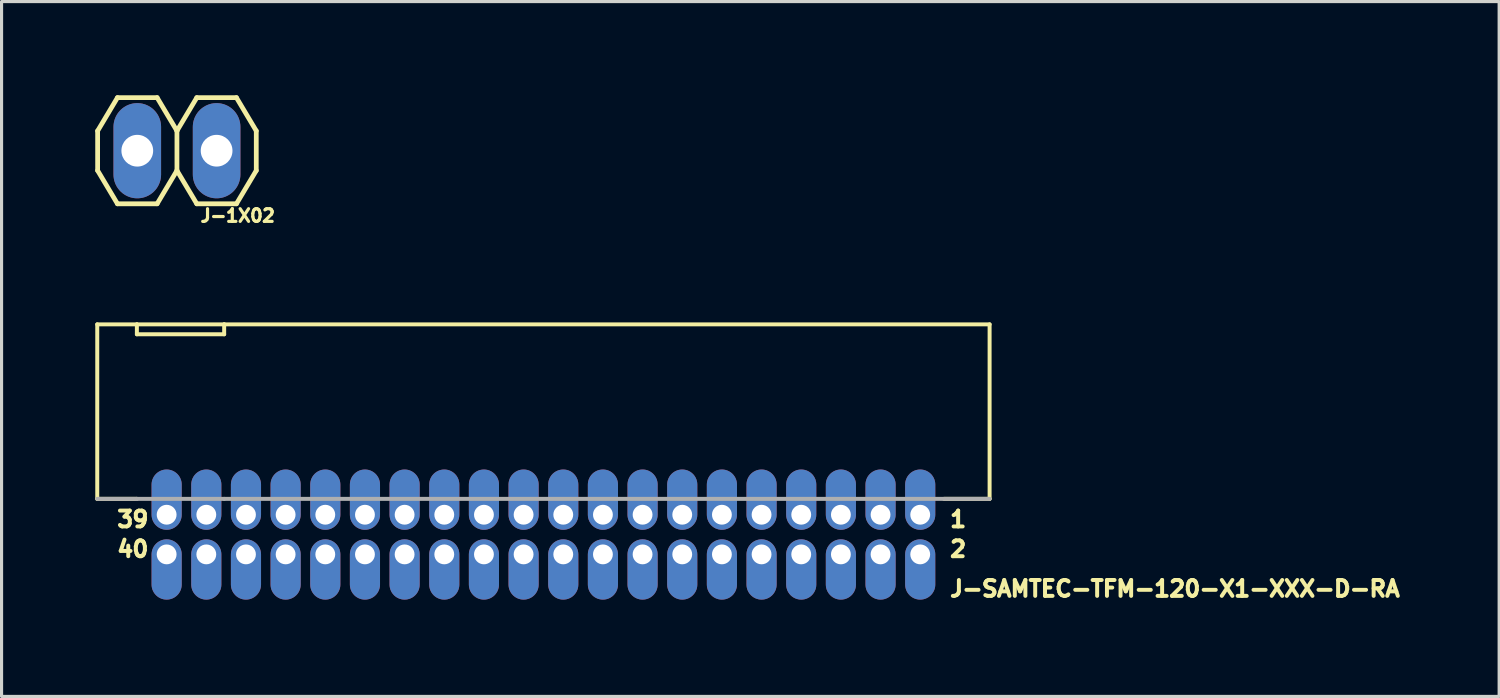
<source format=kicad_pcb>
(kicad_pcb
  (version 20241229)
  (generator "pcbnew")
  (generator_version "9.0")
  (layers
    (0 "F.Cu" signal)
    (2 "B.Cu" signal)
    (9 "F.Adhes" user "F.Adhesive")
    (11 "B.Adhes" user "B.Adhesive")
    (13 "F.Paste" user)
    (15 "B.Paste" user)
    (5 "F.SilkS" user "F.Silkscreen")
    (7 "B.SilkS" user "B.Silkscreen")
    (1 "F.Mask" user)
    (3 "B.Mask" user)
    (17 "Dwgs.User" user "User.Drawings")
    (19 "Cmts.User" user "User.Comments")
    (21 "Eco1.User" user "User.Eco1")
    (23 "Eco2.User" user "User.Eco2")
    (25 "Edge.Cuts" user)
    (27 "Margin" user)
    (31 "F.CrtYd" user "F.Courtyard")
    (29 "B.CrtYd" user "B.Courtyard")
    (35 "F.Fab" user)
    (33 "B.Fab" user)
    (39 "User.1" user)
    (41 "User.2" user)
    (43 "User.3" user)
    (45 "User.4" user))
  (footprint "J-SAMTEC-TFM-120-X1-XXX-D-RA"
    (layer "F.Cu")
    (at 14.351 14.067)
    (property "Reference" "J-SAMTEC-TFM-120-X1-XXX-D-RA" (at 12.954 2.032 0) (layer "F.SilkS") (effects (font (size 0.508 0.508) (thickness 0.127)) (justify left bottom)))
    (fp_line (start -14.287 -6.731) (end -13.018 -6.731) (stroke (width 0.127) (type solid)) (layer "F.SilkS"))
    (fp_line (start -14.287 -1.143) (end -14.287 -6.731) (stroke (width 0.127) (type solid)) (layer "F.SilkS"))
    (fp_line (start -14.287 -1.143) (end -13.018 -1.143) (stroke (width 0.127) (type solid)) (layer "F.SilkS"))
    (fp_line (start -13.018 -6.731) (end -13.018 -6.413) (stroke (width 0.127) (type solid)) (layer "F.SilkS"))
    (fp_line (start -13.018 -6.731) (end -10.223 -6.731) (stroke (width 0.127) (type solid)) (layer "F.SilkS"))
    (fp_line (start -13.018 -6.413) (end -10.223 -6.413) (stroke (width 0.127) (type solid)) (layer "F.SilkS"))
    (fp_line (start -10.223 -6.731) (end 14.287 -6.731) (stroke (width 0.127) (type solid)) (layer "F.SilkS"))
    (fp_line (start -10.223 -6.413) (end -10.223 -6.731) (stroke (width 0.127) (type solid)) (layer "F.SilkS"))
    (fp_line (start 12.827 -1.143) (end 14.287 -1.143) (stroke (width 0.127) (type solid)) (layer "F.SilkS"))
    (fp_line (start 14.287 -6.731) (end 14.287 -1.143) (stroke (width 0.127) (type solid)) (layer "F.SilkS"))
    (fp_line (start -14.287 -1.143) (end -13.018 -1.143) (stroke (width 0.127) (type solid)) (layer "F.Fab"))
    (fp_line (start -13.018 -1.143) (end -10.223 -1.143) (stroke (width 0.127) (type solid)) (layer "F.Fab"))
    (fp_line (start -10.223 -1.143) (end 14.287 -1.143) (stroke (width 0.127) (type solid)) (layer "F.Fab"))
    (fp_text user "2" (at 12.954 0.762 0) (layer "F.SilkS") (effects (font (size 0.508 0.508) (thickness 0.127)) (justify left bottom)))
    (fp_text user "39" (at -13.716 -0.191 0) (layer "F.SilkS") (effects (font (size 0.508 0.508) (thickness 0.127)) (justify left bottom)))
    (fp_text user "1" (at 12.954 -0.191 0) (layer "F.SilkS") (effects (font (size 0.508 0.508) (thickness 0.127)) (justify left bottom)))
    (fp_text user "40" (at -13.716 0.762 0) (layer "F.SilkS") (effects (font (size 0.508 0.508) (thickness 0.127)) (justify left bottom)))
    (pad "1" thru_hole oval (at 12.065 -0.635 90) (size 1.93 0.965) (drill 0.635 (offset 0.483 0)) (layers "*.Cu" "*.Mask"))
    (pad "2" thru_hole oval (at 12.065 0.635 270) (size 1.93 0.965) (drill 0.635 (offset 0.483 0)) (layers "*.Cu" "*.Mask"))
    (pad "3" thru_hole oval (at 10.795 -0.635 90) (size 1.93 0.965) (drill 0.635 (offset 0.483 0)) (layers "*.Cu" "*.Mask"))
    (pad "4" thru_hole oval (at 10.795 0.635 270) (size 1.93 0.965) (drill 0.635 (offset 0.483 0)) (layers "*.Cu" "*.Mask"))
    (pad "5" thru_hole oval (at 9.525 -0.635 90) (size 1.93 0.965) (drill 0.635 (offset 0.483 0)) (layers "*.Cu" "*.Mask"))
    (pad "6" thru_hole oval (at 9.525 0.635 270) (size 1.93 0.965) (drill 0.635 (offset 0.483 0)) (layers "*.Cu" "*.Mask"))
    (pad "7" thru_hole oval (at 8.255 -0.635 90) (size 1.93 0.965) (drill 0.635 (offset 0.483 0)) (layers "*.Cu" "*.Mask"))
    (pad "8" thru_hole oval (at 8.255 0.635 270) (size 1.93 0.965) (drill 0.635 (offset 0.483 0)) (layers "*.Cu" "*.Mask"))
    (pad "9" thru_hole oval (at 6.985 -0.635 90) (size 1.93 0.965) (drill 0.635 (offset 0.483 0)) (layers "*.Cu" "*.Mask"))
    (pad "10" thru_hole oval (at 6.985 0.635 270) (size 1.93 0.965) (drill 0.635 (offset 0.483 0)) (layers "*.Cu" "*.Mask"))
    (pad "11" thru_hole oval (at 5.715 -0.635 90) (size 1.93 0.965) (drill 0.635 (offset 0.483 0)) (layers "*.Cu" "*.Mask"))
    (pad "12" thru_hole oval (at 5.715 0.635 270) (size 1.93 0.965) (drill 0.635 (offset 0.483 0)) (layers "*.Cu" "*.Mask"))
    (pad "13" thru_hole oval (at 4.445 -0.635 90) (size 1.93 0.965) (drill 0.635 (offset 0.483 0)) (layers "*.Cu" "*.Mask"))
    (pad "14" thru_hole oval (at 4.445 0.635 270) (size 1.93 0.965) (drill 0.635 (offset 0.483 0)) (layers "*.Cu" "*.Mask"))
    (pad "15" thru_hole oval (at 3.175 -0.635 90) (size 1.93 0.965) (drill 0.635 (offset 0.483 0)) (layers "*.Cu" "*.Mask"))
    (pad "16" thru_hole oval (at 3.175 0.635 270) (size 1.93 0.965) (drill 0.635 (offset 0.483 0)) (layers "*.Cu" "*.Mask"))
    (pad "17" thru_hole oval (at 1.905 -0.635 90) (size 1.93 0.965) (drill 0.635 (offset 0.483 0)) (layers "*.Cu" "*.Mask"))
    (pad "18" thru_hole oval (at 1.905 0.635 270) (size 1.93 0.965) (drill 0.635 (offset 0.483 0)) (layers "*.Cu" "*.Mask"))
    (pad "19" thru_hole oval (at 0.635 -0.635 90) (size 1.93 0.965) (drill 0.635 (offset 0.483 0)) (layers "*.Cu" "*.Mask"))
    (pad "20" thru_hole oval (at 0.635 0.635 270) (size 1.93 0.965) (drill 0.635 (offset 0.483 0)) (layers "*.Cu" "*.Mask"))
    (pad "21" thru_hole oval (at -0.635 -0.635 90) (size 1.93 0.965) (drill 0.635 (offset 0.483 0)) (layers "*.Cu" "*.Mask"))
    (pad "22" thru_hole oval (at -0.635 0.635 270) (size 1.93 0.965) (drill 0.635 (offset 0.483 0)) (layers "*.Cu" "*.Mask"))
    (pad "23" thru_hole oval (at -1.905 -0.635 90) (size 1.93 0.965) (drill 0.635 (offset 0.483 0)) (layers "*.Cu" "*.Mask"))
    (pad "24" thru_hole oval (at -1.905 0.635 270) (size 1.93 0.965) (drill 0.635 (offset 0.483 0)) (layers "*.Cu" "*.Mask"))
    (pad "25" thru_hole oval (at -3.175 -0.635 90) (size 1.93 0.965) (drill 0.635 (offset 0.483 0)) (layers "*.Cu" "*.Mask"))
    (pad "26" thru_hole oval (at -3.175 0.635 270) (size 1.93 0.965) (drill 0.635 (offset 0.483 0)) (layers "*.Cu" "*.Mask"))
    (pad "27" thru_hole oval (at -4.445 -0.635 90) (size 1.93 0.965) (drill 0.635 (offset 0.483 0)) (layers "*.Cu" "*.Mask"))
    (pad "28" thru_hole oval (at -4.445 0.635 270) (size 1.93 0.965) (drill 0.635 (offset 0.483 0)) (layers "*.Cu" "*.Mask"))
    (pad "29" thru_hole oval (at -5.715 -0.635 90) (size 1.93 0.965) (drill 0.635 (offset 0.483 0)) (layers "*.Cu" "*.Mask"))
    (pad "30" thru_hole oval (at -5.715 0.635 270) (size 1.93 0.965) (drill 0.635 (offset 0.483 0)) (layers "*.Cu" "*.Mask"))
    (pad "31" thru_hole oval (at -6.985 -0.635 90) (size 1.93 0.965) (drill 0.635 (offset 0.483 0)) (layers "*.Cu" "*.Mask"))
    (pad "32" thru_hole oval (at -6.985 0.635 270) (size 1.93 0.965) (drill 0.635 (offset 0.483 0)) (layers "*.Cu" "*.Mask"))
    (pad "33" thru_hole oval (at -8.255 -0.635 90) (size 1.93 0.965) (drill 0.635 (offset 0.483 0)) (layers "*.Cu" "*.Mask"))
    (pad "34" thru_hole oval (at -8.255 0.635 270) (size 1.93 0.965) (drill 0.635 (offset 0.483 0)) (layers "*.Cu" "*.Mask"))
    (pad "35" thru_hole oval (at -9.525 -0.635 90) (size 1.93 0.965) (drill 0.635 (offset 0.483 0)) (layers "*.Cu" "*.Mask"))
    (pad "36" thru_hole oval (at -9.525 0.635 270) (size 1.93 0.965) (drill 0.635 (offset 0.483 0)) (layers "*.Cu" "*.Mask"))
    (pad "37" thru_hole oval (at -10.795 -0.635 90) (size 1.93 0.965) (drill 0.635 (offset 0.483 0)) (layers "*.Cu" "*.Mask"))
    (pad "38" thru_hole oval (at -10.795 0.635 270) (size 1.93 0.965) (drill 0.635 (offset 0.483 0)) (layers "*.Cu" "*.Mask"))
    (pad "39" thru_hole oval (at -12.065 -0.635 90) (size 1.93 0.965) (drill 0.635 (offset 0.483 0)) (layers "*.Cu" "*.Mask"))
    (pad "40" thru_hole oval (at -12.065 0.635 270) (size 1.93 0.965) (drill 0.635 (offset 0.483 0)) (layers "*.Cu" "*.Mask")))
  (footprint "J-1X02"
    (layer "F.Cu")
    (at 2.616 1.776)
    (property "Reference" "J-1X02" (at 0.7 2.08 180) (layer "F.SilkS") (effects (font (size 0.406 0.406) (thickness 0.229)) (justify left)))
    (fp_line (start -2.54 -0.635) (end -2.54 0.635) (stroke (width 0.152) (type solid)) (layer "F.SilkS"))
    (fp_line (start -2.54 0.635) (end -1.905 1.7) (stroke (width 0.152) (type solid)) (layer "F.SilkS"))
    (fp_line (start -1.905 -1.7) (end -2.54 -0.635) (stroke (width 0.152) (type solid)) (layer "F.SilkS"))
    (fp_line (start -1.905 -1.7) (end -0.635 -1.7) (stroke (width 0.152) (type solid)) (layer "F.SilkS"))
    (fp_line (start -0.635 -1.7) (end 0 -0.635) (stroke (width 0.152) (type solid)) (layer "F.SilkS"))
    (fp_line (start -0.635 1.7) (end -1.905 1.7) (stroke (width 0.152) (type solid)) (layer "F.SilkS"))
    (fp_line (start 0 -0.635) (end 0 0.635) (stroke (width 0.152) (type solid)) (layer "F.SilkS"))
    (fp_line (start 0 -0.635) (end 0.635 -1.7) (stroke (width 0.152) (type solid)) (layer "F.SilkS"))
    (fp_line (start 0 0.635) (end -0.635 1.7) (stroke (width 0.152) (type solid)) (layer "F.SilkS"))
    (fp_line (start 0.635 -1.7) (end 1.905 -1.7) (stroke (width 0.152) (type solid)) (layer "F.SilkS"))
    (fp_line (start 0.635 1.7) (end 0 0.635) (stroke (width 0.152) (type solid)) (layer "F.SilkS"))
    (fp_line (start 1.905 -1.7) (end 2.54 -0.635) (stroke (width 0.152) (type solid)) (layer "F.SilkS"))
    (fp_line (start 1.905 1.7) (end 0.635 1.7) (stroke (width 0.152) (type solid)) (layer "F.SilkS"))
    (fp_line (start 2.54 -0.635) (end 2.54 0.635) (stroke (width 0.152) (type solid)) (layer "F.SilkS"))
    (fp_line (start 2.54 0.635) (end 1.905 1.7) (stroke (width 0.152) (type solid)) (layer "F.SilkS"))
    (fp_poly (pts (xy -1.524 0.254) (xy -1.016 0.254) (xy -1.016 -0.254) (xy -1.524 -0.254)) (stroke (width 0.1) (type solid)) (fill no) (layer "F.Fab"))
    (fp_poly (pts (xy 1.016 0.254) (xy 1.524 0.254) (xy 1.524 -0.254) (xy 1.016 -0.254)) (stroke (width 0.1) (type solid)) (fill no) (layer "F.Fab"))
    (pad "1" thru_hole oval (at -1.27 0 90) (size 3.048 1.524) (drill 1.016) (layers "*.Cu" "*.Mask"))
    (pad "2" thru_hole oval (at 1.27 0 90) (size 3.048 1.524) (drill 1.016) (layers "*.Cu" "*.Mask")))
  (gr_rect
    (start -3 -3)
    (end 44.954 19.25)
    (stroke (width 0.1) (type default))
    (fill no)
    (layer "Edge.Cuts")))
</source>
